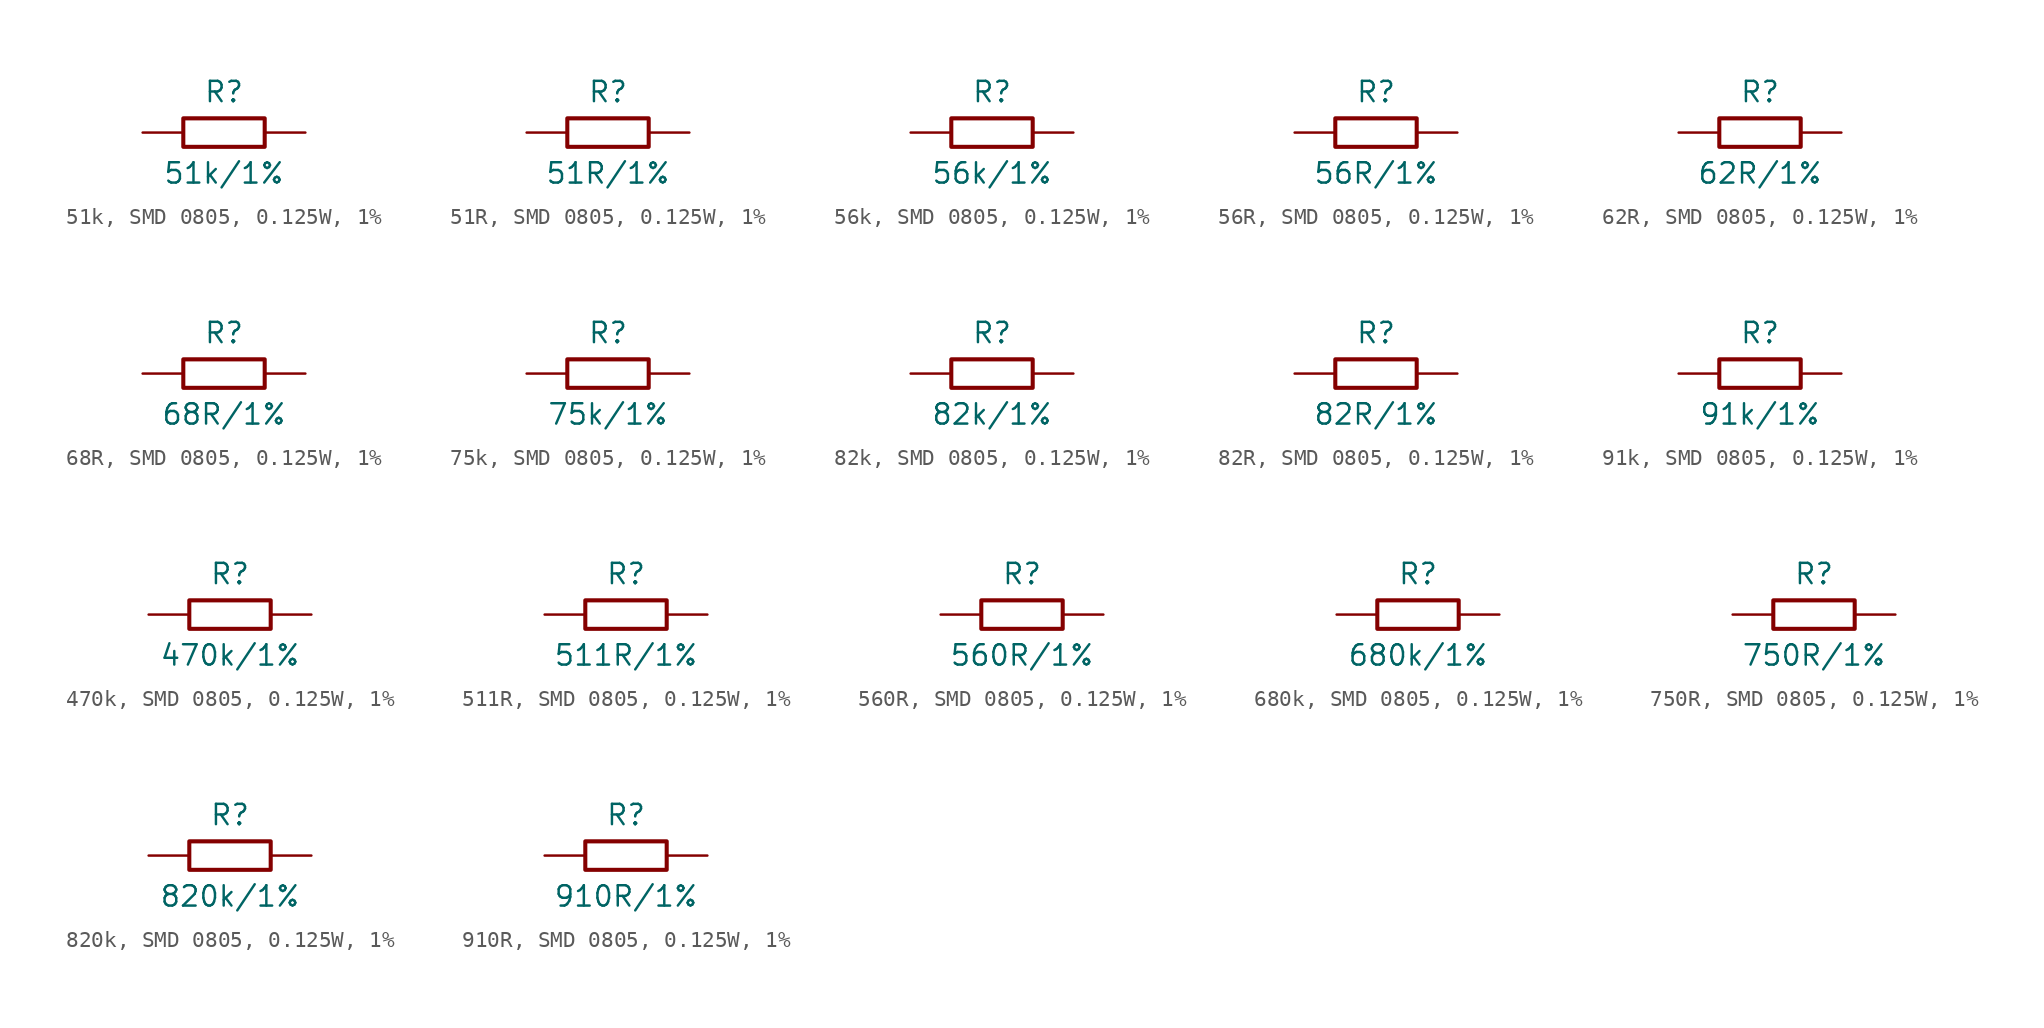
<source format=kicad_sym>
(kicad_symbol_lib
  (version 20241209)
  (generator "kicad_symbol_editor")
  (generator_version "9.0")
  (symbol "51k, SMD 0805, 0.125W, 1%"
    (pin_numbers
      (hide yes))
    (pin_names
      (offset 0)
      (hide yes))
    (property "Reference" "R"
      (at 0 2.54 0)
      (effects (font (size 1.27 1.27))))
    (property "Value" "51k/1%"
      (at 0 -2.54 0)
      (effects (font (size 1.27 1.27))))
    (symbol "51k, SMD 0805, 0.125W, 1%_0_1"
      (rectangle (start -2.54 0.889) (end 2.54 -0.889) (stroke (width 0.254) (type default)) (fill (type none))))
    (symbol "51k, SMD 0805, 0.125W, 1%_1_1"
      (pin passive line (at -5.08 0 0) (length 2.54) (name "1" (effects (font (size 1.27 1.27)))) (number "1" (effects (font (size 1.27 1.27)))))
      (pin passive line (at 5.08 0 180) (length 2.54) (name "2" (effects (font (size 1.27 1.27)))) (number "2" (effects (font (size 1.27 1.27)))))))
  (symbol "51R, SMD 0805, 0.125W, 1%"
    (pin_numbers
      (hide yes))
    (pin_names
      (offset 0)
      (hide yes))
    (property "Reference" "R"
      (at 0 2.54 0)
      (effects (font (size 1.27 1.27))))
    (property "Value" "51R/1%"
      (at 0 -2.54 0)
      (effects (font (size 1.27 1.27))))
    (symbol "51R, SMD 0805, 0.125W, 1%_0_1"
      (rectangle (start -2.54 0.889) (end 2.54 -0.889) (stroke (width 0.254) (type default)) (fill (type none))))
    (symbol "51R, SMD 0805, 0.125W, 1%_1_1"
      (pin passive line (at -5.08 0 0) (length 2.54) (name "1" (effects (font (size 1.27 1.27)))) (number "1" (effects (font (size 1.27 1.27)))))
      (pin passive line (at 5.08 0 180) (length 2.54) (name "2" (effects (font (size 1.27 1.27)))) (number "2" (effects (font (size 1.27 1.27)))))))
  (symbol "56k, SMD 0805, 0.125W, 1%"
    (pin_numbers
      (hide yes))
    (pin_names
      (offset 0)
      (hide yes))
    (property "Reference" "R"
      (at 0 2.54 0)
      (effects (font (size 1.27 1.27))))
    (property "Value" "56k/1%"
      (at 0 -2.54 0)
      (effects (font (size 1.27 1.27))))
    (symbol "56k, SMD 0805, 0.125W, 1%_0_1"
      (rectangle (start -2.54 0.889) (end 2.54 -0.889) (stroke (width 0.254) (type default)) (fill (type none))))
    (symbol "56k, SMD 0805, 0.125W, 1%_1_1"
      (pin passive line (at -5.08 0 0) (length 2.54) (name "1" (effects (font (size 1.27 1.27)))) (number "1" (effects (font (size 1.27 1.27)))))
      (pin passive line (at 5.08 0 180) (length 2.54) (name "2" (effects (font (size 1.27 1.27)))) (number "2" (effects (font (size 1.27 1.27)))))))
  (symbol "56R, SMD 0805, 0.125W, 1%"
    (pin_numbers
      (hide yes))
    (pin_names
      (offset 0)
      (hide yes))
    (property "Reference" "R"
      (at 0 2.54 0)
      (effects (font (size 1.27 1.27))))
    (property "Value" "56R/1%"
      (at 0 -2.54 0)
      (effects (font (size 1.27 1.27))))
    (symbol "56R, SMD 0805, 0.125W, 1%_0_1"
      (rectangle (start -2.54 0.889) (end 2.54 -0.889) (stroke (width 0.254) (type default)) (fill (type none))))
    (symbol "56R, SMD 0805, 0.125W, 1%_1_1"
      (pin passive line (at -5.08 0 0) (length 2.54) (name "1" (effects (font (size 1.27 1.27)))) (number "1" (effects (font (size 1.27 1.27)))))
      (pin passive line (at 5.08 0 180) (length 2.54) (name "2" (effects (font (size 1.27 1.27)))) (number "2" (effects (font (size 1.27 1.27)))))))
  (symbol "62R, SMD 0805, 0.125W, 1%"
    (pin_numbers
      (hide yes))
    (pin_names
      (offset 0)
      (hide yes))
    (property "Reference" "R"
      (at 0 2.54 0)
      (effects (font (size 1.27 1.27))))
    (property "Value" "62R/1%"
      (at 0 -2.54 0)
      (effects (font (size 1.27 1.27))))
    (symbol "62R, SMD 0805, 0.125W, 1%_0_1"
      (rectangle (start -2.54 0.889) (end 2.54 -0.889) (stroke (width 0.254) (type default)) (fill (type none))))
    (symbol "62R, SMD 0805, 0.125W, 1%_1_1"
      (pin passive line (at -5.08 0 0) (length 2.54) (name "1" (effects (font (size 1.27 1.27)))) (number "1" (effects (font (size 1.27 1.27)))))
      (pin passive line (at 5.08 0 180) (length 2.54) (name "2" (effects (font (size 1.27 1.27)))) (number "2" (effects (font (size 1.27 1.27)))))))
  (symbol "68R, SMD 0805, 0.125W, 1%"
    (pin_numbers
      (hide yes))
    (pin_names
      (offset 0)
      (hide yes))
    (property "Reference" "R"
      (at 0 2.54 0)
      (effects (font (size 1.27 1.27))))
    (property "Value" "68R/1%"
      (at 0 -2.54 0)
      (effects (font (size 1.27 1.27))))
    (symbol "68R, SMD 0805, 0.125W, 1%_0_1"
      (rectangle (start -2.54 0.889) (end 2.54 -0.889) (stroke (width 0.254) (type default)) (fill (type none))))
    (symbol "68R, SMD 0805, 0.125W, 1%_1_1"
      (pin passive line (at -5.08 0 0) (length 2.54) (name "1" (effects (font (size 1.27 1.27)))) (number "1" (effects (font (size 1.27 1.27)))))
      (pin passive line (at 5.08 0 180) (length 2.54) (name "2" (effects (font (size 1.27 1.27)))) (number "2" (effects (font (size 1.27 1.27)))))))
  (symbol "75k, SMD 0805, 0.125W, 1%"
    (pin_numbers
      (hide yes))
    (pin_names
      (offset 0)
      (hide yes))
    (property "Reference" "R"
      (at 0 2.54 0)
      (effects (font (size 1.27 1.27))))
    (property "Value" "75k/1%"
      (at 0 -2.54 0)
      (effects (font (size 1.27 1.27))))
    (symbol "75k, SMD 0805, 0.125W, 1%_0_1"
      (rectangle (start -2.54 0.889) (end 2.54 -0.889) (stroke (width 0.254) (type default)) (fill (type none))))
    (symbol "75k, SMD 0805, 0.125W, 1%_1_1"
      (pin passive line (at -5.08 0 0) (length 2.54) (name "1" (effects (font (size 1.27 1.27)))) (number "1" (effects (font (size 1.27 1.27)))))
      (pin passive line (at 5.08 0 180) (length 2.54) (name "2" (effects (font (size 1.27 1.27)))) (number "2" (effects (font (size 1.27 1.27)))))))
  (symbol "82k, SMD 0805, 0.125W, 1%"
    (pin_numbers
      (hide yes))
    (pin_names
      (offset 0)
      (hide yes))
    (property "Reference" "R"
      (at 0 2.54 0)
      (effects (font (size 1.27 1.27))))
    (property "Value" "82k/1%"
      (at 0 -2.54 0)
      (effects (font (size 1.27 1.27))))
    (symbol "82k, SMD 0805, 0.125W, 1%_0_1"
      (rectangle (start -2.54 0.889) (end 2.54 -0.889) (stroke (width 0.254) (type default)) (fill (type none))))
    (symbol "82k, SMD 0805, 0.125W, 1%_1_1"
      (pin passive line (at -5.08 0 0) (length 2.54) (name "1" (effects (font (size 1.27 1.27)))) (number "1" (effects (font (size 1.27 1.27)))))
      (pin passive line (at 5.08 0 180) (length 2.54) (name "2" (effects (font (size 1.27 1.27)))) (number "2" (effects (font (size 1.27 1.27)))))))
  (symbol "82R, SMD 0805, 0.125W, 1%"
    (pin_numbers
      (hide yes))
    (pin_names
      (offset 0)
      (hide yes))
    (property "Reference" "R"
      (at 0 2.54 0)
      (effects (font (size 1.27 1.27))))
    (property "Value" "82R/1%"
      (at 0 -2.54 0)
      (effects (font (size 1.27 1.27))))
    (symbol "82R, SMD 0805, 0.125W, 1%_0_1"
      (rectangle (start -2.54 0.889) (end 2.54 -0.889) (stroke (width 0.254) (type default)) (fill (type none))))
    (symbol "82R, SMD 0805, 0.125W, 1%_1_1"
      (pin passive line (at -5.08 0 0) (length 2.54) (name "1" (effects (font (size 1.27 1.27)))) (number "1" (effects (font (size 1.27 1.27)))))
      (pin passive line (at 5.08 0 180) (length 2.54) (name "2" (effects (font (size 1.27 1.27)))) (number "2" (effects (font (size 1.27 1.27)))))))
  (symbol "91k, SMD 0805, 0.125W, 1%"
    (pin_numbers
      (hide yes))
    (pin_names
      (offset 0)
      (hide yes))
    (property "Reference" "R"
      (at 0 2.54 0)
      (effects (font (size 1.27 1.27))))
    (property "Value" "91k/1%"
      (at 0 -2.54 0)
      (effects (font (size 1.27 1.27))))
    (symbol "91k, SMD 0805, 0.125W, 1%_0_1"
      (rectangle (start -2.54 0.889) (end 2.54 -0.889) (stroke (width 0.254) (type default)) (fill (type none))))
    (symbol "91k, SMD 0805, 0.125W, 1%_1_1"
      (pin passive line (at -5.08 0 0) (length 2.54) (name "1" (effects (font (size 1.27 1.27)))) (number "1" (effects (font (size 1.27 1.27)))))
      (pin passive line (at 5.08 0 180) (length 2.54) (name "2" (effects (font (size 1.27 1.27)))) (number "2" (effects (font (size 1.27 1.27)))))))
  (symbol "470k, SMD 0805, 0.125W, 1%"
    (pin_numbers
      (hide yes))
    (pin_names
      (offset 0)
      (hide yes))
    (property "Reference" "R"
      (at 0 2.54 0)
      (effects (font (size 1.27 1.27))))
    (property "Value" "470k/1%"
      (at 0 -2.54 0)
      (effects (font (size 1.27 1.27))))
    (symbol "470k, SMD 0805, 0.125W, 1%_0_1"
      (rectangle (start -2.54 0.889) (end 2.54 -0.889) (stroke (width 0.254) (type default)) (fill (type none))))
    (symbol "470k, SMD 0805, 0.125W, 1%_1_1"
      (pin passive line (at -5.08 0 0) (length 2.54) (name "1" (effects (font (size 1.27 1.27)))) (number "1" (effects (font (size 1.27 1.27)))))
      (pin passive line (at 5.08 0 180) (length 2.54) (name "2" (effects (font (size 1.27 1.27)))) (number "2" (effects (font (size 1.27 1.27)))))))
  (symbol "511R, SMD 0805, 0.125W, 1%"
    (pin_numbers
      (hide yes))
    (pin_names
      (offset 0)
      (hide yes))
    (property "Reference" "R"
      (at 0 2.54 0)
      (effects (font (size 1.27 1.27))))
    (property "Value" "511R/1%"
      (at 0 -2.54 0)
      (effects (font (size 1.27 1.27))))
    (symbol "511R, SMD 0805, 0.125W, 1%_0_1"
      (rectangle (start -2.54 0.889) (end 2.54 -0.889) (stroke (width 0.254) (type default)) (fill (type none))))
    (symbol "511R, SMD 0805, 0.125W, 1%_1_1"
      (pin passive line (at -5.08 0 0) (length 2.54) (name "1" (effects (font (size 1.27 1.27)))) (number "1" (effects (font (size 1.27 1.27)))))
      (pin passive line (at 5.08 0 180) (length 2.54) (name "2" (effects (font (size 1.27 1.27)))) (number "2" (effects (font (size 1.27 1.27)))))))
  (symbol "560R, SMD 0805, 0.125W, 1%"
    (pin_numbers
      (hide yes))
    (pin_names
      (offset 0)
      (hide yes))
    (property "Reference" "R"
      (at 0 2.54 0)
      (effects (font (size 1.27 1.27))))
    (property "Value" "560R/1%"
      (at 0 -2.54 0)
      (effects (font (size 1.27 1.27))))
    (symbol "560R, SMD 0805, 0.125W, 1%_0_1"
      (rectangle (start -2.54 0.889) (end 2.54 -0.889) (stroke (width 0.254) (type default)) (fill (type none))))
    (symbol "560R, SMD 0805, 0.125W, 1%_1_1"
      (pin passive line (at -5.08 0 0) (length 2.54) (name "1" (effects (font (size 1.27 1.27)))) (number "1" (effects (font (size 1.27 1.27)))))
      (pin passive line (at 5.08 0 180) (length 2.54) (name "2" (effects (font (size 1.27 1.27)))) (number "2" (effects (font (size 1.27 1.27)))))))
  (symbol "680k, SMD 0805, 0.125W, 1%"
    (pin_numbers
      (hide yes))
    (pin_names
      (offset 0)
      (hide yes))
    (property "Reference" "R"
      (at 0 2.54 0)
      (effects (font (size 1.27 1.27))))
    (property "Value" "680k/1%"
      (at 0 -2.54 0)
      (effects (font (size 1.27 1.27))))
    (symbol "680k, SMD 0805, 0.125W, 1%_0_1"
      (rectangle (start -2.54 0.889) (end 2.54 -0.889) (stroke (width 0.254) (type default)) (fill (type none))))
    (symbol "680k, SMD 0805, 0.125W, 1%_1_1"
      (pin passive line (at -5.08 0 0) (length 2.54) (name "1" (effects (font (size 1.27 1.27)))) (number "1" (effects (font (size 1.27 1.27)))))
      (pin passive line (at 5.08 0 180) (length 2.54) (name "2" (effects (font (size 1.27 1.27)))) (number "2" (effects (font (size 1.27 1.27)))))))
  (symbol "750R, SMD 0805, 0.125W, 1%"
    (pin_numbers
      (hide yes))
    (pin_names
      (offset 0)
      (hide yes))
    (property "Reference" "R"
      (at 0 2.54 0)
      (effects (font (size 1.27 1.27))))
    (property "Value" "750R/1%"
      (at 0 -2.54 0)
      (effects (font (size 1.27 1.27))))
    (symbol "750R, SMD 0805, 0.125W, 1%_0_1"
      (rectangle (start -2.54 0.889) (end 2.54 -0.889) (stroke (width 0.254) (type default)) (fill (type none))))
    (symbol "750R, SMD 0805, 0.125W, 1%_1_1"
      (pin passive line (at -5.08 0 0) (length 2.54) (name "1" (effects (font (size 1.27 1.27)))) (number "1" (effects (font (size 1.27 1.27)))))
      (pin passive line (at 5.08 0 180) (length 2.54) (name "2" (effects (font (size 1.27 1.27)))) (number "2" (effects (font (size 1.27 1.27)))))))
  (symbol "820k, SMD 0805, 0.125W, 1%"
    (pin_numbers
      (hide yes))
    (pin_names
      (offset 0)
      (hide yes))
    (property "Reference" "R"
      (at 0 2.54 0)
      (effects (font (size 1.27 1.27))))
    (property "Value" "820k/1%"
      (at 0 -2.54 0)
      (effects (font (size 1.27 1.27))))
    (symbol "820k, SMD 0805, 0.125W, 1%_0_1"
      (rectangle (start -2.54 0.889) (end 2.54 -0.889) (stroke (width 0.254) (type default)) (fill (type none))))
    (symbol "820k, SMD 0805, 0.125W, 1%_1_1"
      (pin passive line (at -5.08 0 0) (length 2.54) (name "1" (effects (font (size 1.27 1.27)))) (number "1" (effects (font (size 1.27 1.27)))))
      (pin passive line (at 5.08 0 180) (length 2.54) (name "2" (effects (font (size 1.27 1.27)))) (number "2" (effects (font (size 1.27 1.27)))))))
  (symbol "910R, SMD 0805, 0.125W, 1%"
    (pin_numbers
      (hide yes))
    (pin_names
      (offset 0)
      (hide yes))
    (property "Reference" "R"
      (at 0 2.54 0)
      (effects (font (size 1.27 1.27))))
    (property "Value" "910R/1%"
      (at 0 -2.54 0)
      (effects (font (size 1.27 1.27))))
    (symbol "910R, SMD 0805, 0.125W, 1%_0_1"
      (rectangle (start -2.54 0.889) (end 2.54 -0.889) (stroke (width 0.254) (type default)) (fill (type none))))
    (symbol "910R, SMD 0805, 0.125W, 1%_1_1"
      (pin passive line (at -5.08 0 0) (length 2.54) (name "1" (effects (font (size 1.27 1.27)))) (number "1" (effects (font (size 1.27 1.27)))))
      (pin passive line (at 5.08 0 180) (length 2.54) (name "2" (effects (font (size 1.27 1.27)))) (number "2" (effects (font (size 1.27 1.27))))))))
</source>
